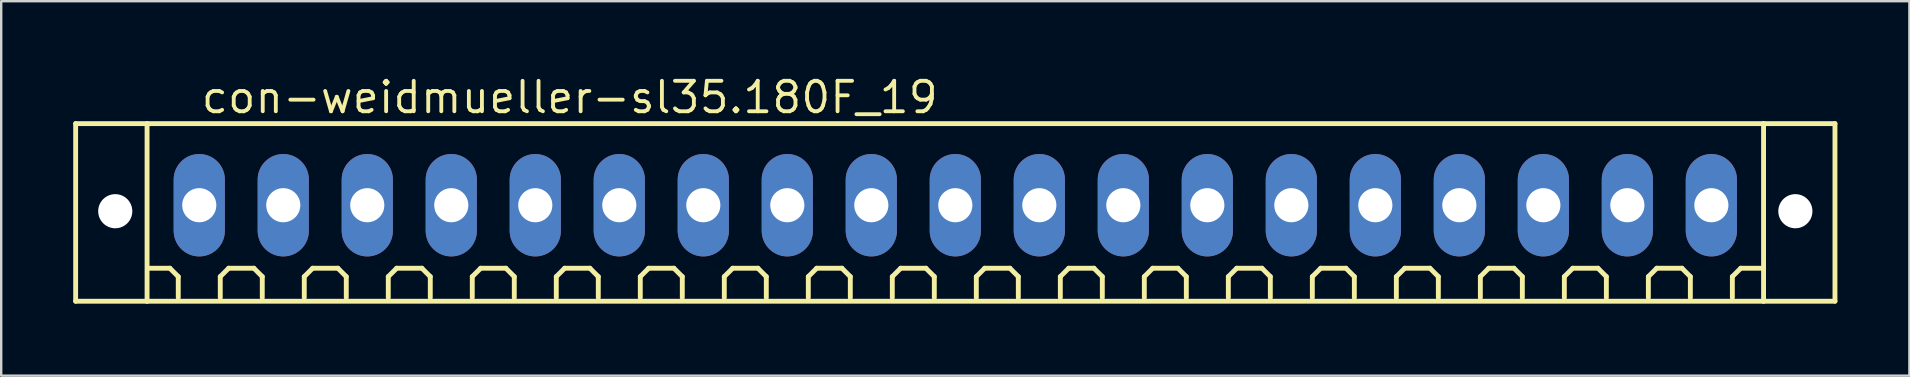
<source format=kicad_pcb>
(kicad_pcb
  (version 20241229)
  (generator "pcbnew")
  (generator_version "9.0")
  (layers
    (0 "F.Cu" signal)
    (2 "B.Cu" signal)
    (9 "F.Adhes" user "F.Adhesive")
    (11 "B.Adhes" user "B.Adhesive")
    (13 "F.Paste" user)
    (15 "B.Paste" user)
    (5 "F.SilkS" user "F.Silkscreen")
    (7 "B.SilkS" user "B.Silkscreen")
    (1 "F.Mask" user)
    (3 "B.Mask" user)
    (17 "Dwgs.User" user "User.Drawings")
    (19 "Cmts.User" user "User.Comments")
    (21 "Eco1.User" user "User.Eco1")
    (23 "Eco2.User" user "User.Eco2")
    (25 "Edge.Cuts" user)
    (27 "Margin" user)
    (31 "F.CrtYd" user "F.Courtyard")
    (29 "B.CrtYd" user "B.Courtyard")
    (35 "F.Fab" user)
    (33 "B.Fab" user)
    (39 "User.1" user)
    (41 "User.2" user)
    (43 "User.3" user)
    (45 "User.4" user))
  (footprint "con-weidmueller-sl35.180F_19"
    (layer "F.Cu")
    (at 36.752 5.5)
    (property "Reference" "con-weidmueller-sl35.180F_19" (at -31.5 -3.75 0) (layer "F.SilkS") (effects (font (size 1.27 1.27) (thickness 0.16)) (justify left bottom)))
    (attr through_hole)
    (fp_line (start -36.65 -3.4) (end -33.675 -3.4) (stroke (width 0.203) (type default)) (layer "F.SilkS"))
    (fp_line (start -36.65 4) (end -36.65 -3.4) (stroke (width 0.203) (type default)) (layer "F.SilkS"))
    (fp_line (start -33.675 -3.4) (end 33.675 -3.4) (stroke (width 0.203) (type default)) (layer "F.SilkS"))
    (fp_line (start -33.675 4) (end -36.65 4) (stroke (width 0.203) (type default)) (layer "F.SilkS"))
    (fp_line (start -33.675 4) (end -33.675 -3.4) (stroke (width 0.203) (type default)) (layer "F.SilkS"))
    (fp_line (start -32.725 2.625) (end -33.6 2.625) (stroke (width 0.203) (type default)) (layer "F.SilkS"))
    (fp_line (start -32.375 2.975) (end -32.725 2.625) (stroke (width 0.203) (type default)) (layer "F.SilkS"))
    (fp_line (start -32.375 3.85) (end -32.375 2.975) (stroke (width 0.203) (type default)) (layer "F.SilkS"))
    (fp_line (start -30.625 2.975) (end -30.275 2.625) (stroke (width 0.203) (type default)) (layer "F.SilkS"))
    (fp_line (start -30.625 3.85) (end -30.625 2.975) (stroke (width 0.203) (type default)) (layer "F.SilkS"))
    (fp_line (start -30.275 2.625) (end -29.225 2.625) (stroke (width 0.203) (type default)) (layer "F.SilkS"))
    (fp_line (start -29.225 2.625) (end -28.875 2.975) (stroke (width 0.203) (type default)) (layer "F.SilkS"))
    (fp_line (start -28.875 2.975) (end -28.875 3.85) (stroke (width 0.203) (type default)) (layer "F.SilkS"))
    (fp_line (start -27.125 2.975) (end -26.775 2.625) (stroke (width 0.203) (type default)) (layer "F.SilkS"))
    (fp_line (start -27.125 3.85) (end -27.125 2.975) (stroke (width 0.203) (type default)) (layer "F.SilkS"))
    (fp_line (start -26.775 2.625) (end -25.725 2.625) (stroke (width 0.203) (type default)) (layer "F.SilkS"))
    (fp_line (start -25.725 2.625) (end -25.375 2.975) (stroke (width 0.203) (type default)) (layer "F.SilkS"))
    (fp_line (start -25.375 2.975) (end -25.375 3.85) (stroke (width 0.203) (type default)) (layer "F.SilkS"))
    (fp_line (start -23.625 2.975) (end -23.275 2.625) (stroke (width 0.203) (type default)) (layer "F.SilkS"))
    (fp_line (start -23.625 3.85) (end -23.625 2.975) (stroke (width 0.203) (type default)) (layer "F.SilkS"))
    (fp_line (start -23.275 2.625) (end -22.225 2.625) (stroke (width 0.203) (type default)) (layer "F.SilkS"))
    (fp_line (start -22.225 2.625) (end -21.875 2.975) (stroke (width 0.203) (type default)) (layer "F.SilkS"))
    (fp_line (start -21.875 2.975) (end -21.875 3.85) (stroke (width 0.203) (type default)) (layer "F.SilkS"))
    (fp_line (start -20.125 2.975) (end -19.775 2.625) (stroke (width 0.203) (type default)) (layer "F.SilkS"))
    (fp_line (start -20.125 3.85) (end -20.125 2.975) (stroke (width 0.203) (type default)) (layer "F.SilkS"))
    (fp_line (start -19.775 2.625) (end -18.725 2.625) (stroke (width 0.203) (type default)) (layer "F.SilkS"))
    (fp_line (start -18.725 2.625) (end -18.375 2.975) (stroke (width 0.203) (type default)) (layer "F.SilkS"))
    (fp_line (start -18.375 2.975) (end -18.375 3.85) (stroke (width 0.203) (type default)) (layer "F.SilkS"))
    (fp_line (start -16.625 2.975) (end -16.275 2.625) (stroke (width 0.203) (type default)) (layer "F.SilkS"))
    (fp_line (start -16.625 3.85) (end -16.625 2.975) (stroke (width 0.203) (type default)) (layer "F.SilkS"))
    (fp_line (start -16.275 2.625) (end -15.225 2.625) (stroke (width 0.203) (type default)) (layer "F.SilkS"))
    (fp_line (start -15.225 2.625) (end -14.875 2.975) (stroke (width 0.203) (type default)) (layer "F.SilkS"))
    (fp_line (start -14.875 2.975) (end -14.875 3.85) (stroke (width 0.203) (type default)) (layer "F.SilkS"))
    (fp_line (start -13.125 2.975) (end -12.775 2.625) (stroke (width 0.203) (type default)) (layer "F.SilkS"))
    (fp_line (start -13.125 3.85) (end -13.125 2.975) (stroke (width 0.203) (type default)) (layer "F.SilkS"))
    (fp_line (start -12.775 2.625) (end -11.725 2.625) (stroke (width 0.203) (type default)) (layer "F.SilkS"))
    (fp_line (start -11.725 2.625) (end -11.375 2.975) (stroke (width 0.203) (type default)) (layer "F.SilkS"))
    (fp_line (start -11.375 2.975) (end -11.375 3.85) (stroke (width 0.203) (type default)) (layer "F.SilkS"))
    (fp_line (start -9.625 2.975) (end -9.275 2.625) (stroke (width 0.203) (type default)) (layer "F.SilkS"))
    (fp_line (start -9.625 3.85) (end -9.625 2.975) (stroke (width 0.203) (type default)) (layer "F.SilkS"))
    (fp_line (start -9.275 2.625) (end -8.225 2.625) (stroke (width 0.203) (type default)) (layer "F.SilkS"))
    (fp_line (start -8.225 2.625) (end -7.875 2.975) (stroke (width 0.203) (type default)) (layer "F.SilkS"))
    (fp_line (start -7.875 2.975) (end -7.875 3.85) (stroke (width 0.203) (type default)) (layer "F.SilkS"))
    (fp_line (start -6.125 2.975) (end -5.775 2.625) (stroke (width 0.203) (type default)) (layer "F.SilkS"))
    (fp_line (start -6.125 3.85) (end -6.125 2.975) (stroke (width 0.203) (type default)) (layer "F.SilkS"))
    (fp_line (start -5.775 2.625) (end -4.725 2.625) (stroke (width 0.203) (type default)) (layer "F.SilkS"))
    (fp_line (start -4.725 2.625) (end -4.375 2.975) (stroke (width 0.203) (type default)) (layer "F.SilkS"))
    (fp_line (start -4.375 2.975) (end -4.375 3.85) (stroke (width 0.203) (type default)) (layer "F.SilkS"))
    (fp_line (start -2.625 2.975) (end -2.275 2.625) (stroke (width 0.203) (type default)) (layer "F.SilkS"))
    (fp_line (start -2.625 3.85) (end -2.625 2.975) (stroke (width 0.203) (type default)) (layer "F.SilkS"))
    (fp_line (start -2.275 2.625) (end -1.225 2.625) (stroke (width 0.203) (type default)) (layer "F.SilkS"))
    (fp_line (start -1.225 2.625) (end -0.875 2.975) (stroke (width 0.203) (type default)) (layer "F.SilkS"))
    (fp_line (start -0.875 2.975) (end -0.875 3.85) (stroke (width 0.203) (type default)) (layer "F.SilkS"))
    (fp_line (start 0.875 2.975) (end 1.225 2.625) (stroke (width 0.203) (type default)) (layer "F.SilkS"))
    (fp_line (start 0.875 3.85) (end 0.875 2.975) (stroke (width 0.203) (type default)) (layer "F.SilkS"))
    (fp_line (start 1.225 2.625) (end 2.275 2.625) (stroke (width 0.203) (type default)) (layer "F.SilkS"))
    (fp_line (start 2.275 2.625) (end 2.625 2.975) (stroke (width 0.203) (type default)) (layer "F.SilkS"))
    (fp_line (start 2.625 2.975) (end 2.625 3.85) (stroke (width 0.203) (type default)) (layer "F.SilkS"))
    (fp_line (start 4.375 2.975) (end 4.725 2.625) (stroke (width 0.203) (type default)) (layer "F.SilkS"))
    (fp_line (start 4.375 3.85) (end 4.375 2.975) (stroke (width 0.203) (type default)) (layer "F.SilkS"))
    (fp_line (start 4.725 2.625) (end 5.775 2.625) (stroke (width 0.203) (type default)) (layer "F.SilkS"))
    (fp_line (start 5.775 2.625) (end 6.125 2.975) (stroke (width 0.203) (type default)) (layer "F.SilkS"))
    (fp_line (start 6.125 2.975) (end 6.125 3.85) (stroke (width 0.203) (type default)) (layer "F.SilkS"))
    (fp_line (start 7.875 2.975) (end 8.225 2.625) (stroke (width 0.203) (type default)) (layer "F.SilkS"))
    (fp_line (start 7.875 3.85) (end 7.875 2.975) (stroke (width 0.203) (type default)) (layer "F.SilkS"))
    (fp_line (start 8.225 2.625) (end 9.275 2.625) (stroke (width 0.203) (type default)) (layer "F.SilkS"))
    (fp_line (start 9.275 2.625) (end 9.625 2.975) (stroke (width 0.203) (type default)) (layer "F.SilkS"))
    (fp_line (start 9.625 2.975) (end 9.625 3.85) (stroke (width 0.203) (type default)) (layer "F.SilkS"))
    (fp_line (start 11.375 2.975) (end 11.725 2.625) (stroke (width 0.203) (type default)) (layer "F.SilkS"))
    (fp_line (start 11.375 3.85) (end 11.375 2.975) (stroke (width 0.203) (type default)) (layer "F.SilkS"))
    (fp_line (start 11.725 2.625) (end 12.775 2.625) (stroke (width 0.203) (type default)) (layer "F.SilkS"))
    (fp_line (start 12.775 2.625) (end 13.125 2.975) (stroke (width 0.203) (type default)) (layer "F.SilkS"))
    (fp_line (start 13.125 2.975) (end 13.125 3.85) (stroke (width 0.203) (type default)) (layer "F.SilkS"))
    (fp_line (start 14.875 2.975) (end 15.225 2.625) (stroke (width 0.203) (type default)) (layer "F.SilkS"))
    (fp_line (start 14.875 3.85) (end 14.875 2.975) (stroke (width 0.203) (type default)) (layer "F.SilkS"))
    (fp_line (start 15.225 2.625) (end 16.275 2.625) (stroke (width 0.203) (type default)) (layer "F.SilkS"))
    (fp_line (start 16.275 2.625) (end 16.625 2.975) (stroke (width 0.203) (type default)) (layer "F.SilkS"))
    (fp_line (start 16.625 2.975) (end 16.625 3.85) (stroke (width 0.203) (type default)) (layer "F.SilkS"))
    (fp_line (start 18.375 2.975) (end 18.725 2.625) (stroke (width 0.203) (type default)) (layer "F.SilkS"))
    (fp_line (start 18.375 3.85) (end 18.375 2.975) (stroke (width 0.203) (type default)) (layer "F.SilkS"))
    (fp_line (start 18.725 2.625) (end 19.775 2.625) (stroke (width 0.203) (type default)) (layer "F.SilkS"))
    (fp_line (start 19.775 2.625) (end 20.125 2.975) (stroke (width 0.203) (type default)) (layer "F.SilkS"))
    (fp_line (start 20.125 2.975) (end 20.125 3.85) (stroke (width 0.203) (type default)) (layer "F.SilkS"))
    (fp_line (start 21.875 2.975) (end 22.225 2.625) (stroke (width 0.203) (type default)) (layer "F.SilkS"))
    (fp_line (start 21.875 3.85) (end 21.875 2.975) (stroke (width 0.203) (type default)) (layer "F.SilkS"))
    (fp_line (start 22.225 2.625) (end 23.275 2.625) (stroke (width 0.203) (type default)) (layer "F.SilkS"))
    (fp_line (start 23.275 2.625) (end 23.625 2.975) (stroke (width 0.203) (type default)) (layer "F.SilkS"))
    (fp_line (start 23.625 2.975) (end 23.625 3.85) (stroke (width 0.203) (type default)) (layer "F.SilkS"))
    (fp_line (start 25.375 2.975) (end 25.725 2.625) (stroke (width 0.203) (type default)) (layer "F.SilkS"))
    (fp_line (start 25.375 3.85) (end 25.375 2.975) (stroke (width 0.203) (type default)) (layer "F.SilkS"))
    (fp_line (start 25.725 2.625) (end 26.775 2.625) (stroke (width 0.203) (type default)) (layer "F.SilkS"))
    (fp_line (start 26.775 2.625) (end 27.125 2.975) (stroke (width 0.203) (type default)) (layer "F.SilkS"))
    (fp_line (start 27.125 2.975) (end 27.125 3.85) (stroke (width 0.203) (type default)) (layer "F.SilkS"))
    (fp_line (start 28.875 2.975) (end 29.225 2.625) (stroke (width 0.203) (type default)) (layer "F.SilkS"))
    (fp_line (start 28.875 3.85) (end 28.875 2.975) (stroke (width 0.203) (type default)) (layer "F.SilkS"))
    (fp_line (start 29.225 2.625) (end 30.275 2.625) (stroke (width 0.203) (type default)) (layer "F.SilkS"))
    (fp_line (start 30.275 2.625) (end 30.625 2.975) (stroke (width 0.203) (type default)) (layer "F.SilkS"))
    (fp_line (start 30.625 2.975) (end 30.625 3.85) (stroke (width 0.203) (type default)) (layer "F.SilkS"))
    (fp_line (start 32.375 2.975) (end 32.725 2.625) (stroke (width 0.203) (type default)) (layer "F.SilkS"))
    (fp_line (start 32.375 3.85) (end 32.375 2.975) (stroke (width 0.203) (type default)) (layer "F.SilkS"))
    (fp_line (start 32.725 2.625) (end 33.6 2.625) (stroke (width 0.203) (type default)) (layer "F.SilkS"))
    (fp_line (start 33.675 -3.4) (end 33.675 4) (stroke (width 0.203) (type default)) (layer "F.SilkS"))
    (fp_line (start 33.675 -3.4) (end 36.65 -3.4) (stroke (width 0.203) (type default)) (layer "F.SilkS"))
    (fp_line (start 33.675 4) (end -33.675 4) (stroke (width 0.203) (type default)) (layer "F.SilkS"))
    (fp_line (start 36.65 -3.4) (end 36.65 4) (stroke (width 0.203) (type default)) (layer "F.SilkS"))
    (fp_line (start 36.65 4) (end 33.675 4) (stroke (width 0.203) (type default)) (layer "F.SilkS"))
    (pad "" np_thru_hole circle (at -35 0.25) (size 1.422 1.422) (drill 1.422) (layers "*.Cu" "*.Mask"))
    (pad "" np_thru_hole circle (at 35 0.25) (size 1.422 1.422) (drill 1.422) (layers "*.Cu" "*.Mask"))
    (pad "1" thru_hole oval (at -31.5 0 90) (size 4.267 2.134) (drill 1.422) (layers "*.Cu" "*.Mask"))
    (pad "2" thru_hole oval (at -28 0 90) (size 4.267 2.134) (drill 1.422) (layers "*.Cu" "*.Mask"))
    (pad "3" thru_hole oval (at -24.5 0 90) (size 4.267 2.134) (drill 1.422) (layers "*.Cu" "*.Mask"))
    (pad "4" thru_hole oval (at -21 0 90) (size 4.267 2.134) (drill 1.422) (layers "*.Cu" "*.Mask"))
    (pad "5" thru_hole oval (at -17.5 0 90) (size 4.267 2.134) (drill 1.422) (layers "*.Cu" "*.Mask"))
    (pad "6" thru_hole oval (at -14 0 90) (size 4.267 2.134) (drill 1.422) (layers "*.Cu" "*.Mask"))
    (pad "7" thru_hole oval (at -10.5 0 90) (size 4.267 2.134) (drill 1.422) (layers "*.Cu" "*.Mask"))
    (pad "8" thru_hole oval (at -7 0 90) (size 4.267 2.134) (drill 1.422) (layers "*.Cu" "*.Mask"))
    (pad "9" thru_hole oval (at -3.5 0 90) (size 4.267 2.134) (drill 1.422) (layers "*.Cu" "*.Mask"))
    (pad "10" thru_hole oval (at 0 0 90) (size 4.267 2.134) (drill 1.422) (layers "*.Cu" "*.Mask"))
    (pad "11" thru_hole oval (at 3.5 0 90) (size 4.267 2.134) (drill 1.422) (layers "*.Cu" "*.Mask"))
    (pad "12" thru_hole oval (at 7 0 90) (size 4.267 2.134) (drill 1.422) (layers "*.Cu" "*.Mask"))
    (pad "13" thru_hole oval (at 10.5 0 90) (size 4.267 2.134) (drill 1.422) (layers "*.Cu" "*.Mask"))
    (pad "14" thru_hole oval (at 14 0 90) (size 4.267 2.134) (drill 1.422) (layers "*.Cu" "*.Mask"))
    (pad "15" thru_hole oval (at 17.5 0 90) (size 4.267 2.134) (drill 1.422) (layers "*.Cu" "*.Mask"))
    (pad "16" thru_hole oval (at 21 0 90) (size 4.267 2.134) (drill 1.422) (layers "*.Cu" "*.Mask"))
    (pad "17" thru_hole oval (at 24.5 0 90) (size 4.267 2.134) (drill 1.422) (layers "*.Cu" "*.Mask"))
    (pad "18" thru_hole oval (at 28 0 90) (size 4.267 2.134) (drill 1.422) (layers "*.Cu" "*.Mask"))
    (pad "19" thru_hole oval (at 31.5 0 90) (size 4.267 2.134) (drill 1.422) (layers "*.Cu" "*.Mask")))
  (gr_rect
    (start -3 -3)
    (end 76.503 12.602)
    (stroke (width 0.1) (type default))
    (fill no)
    (layer "Edge.Cuts")))
</source>
